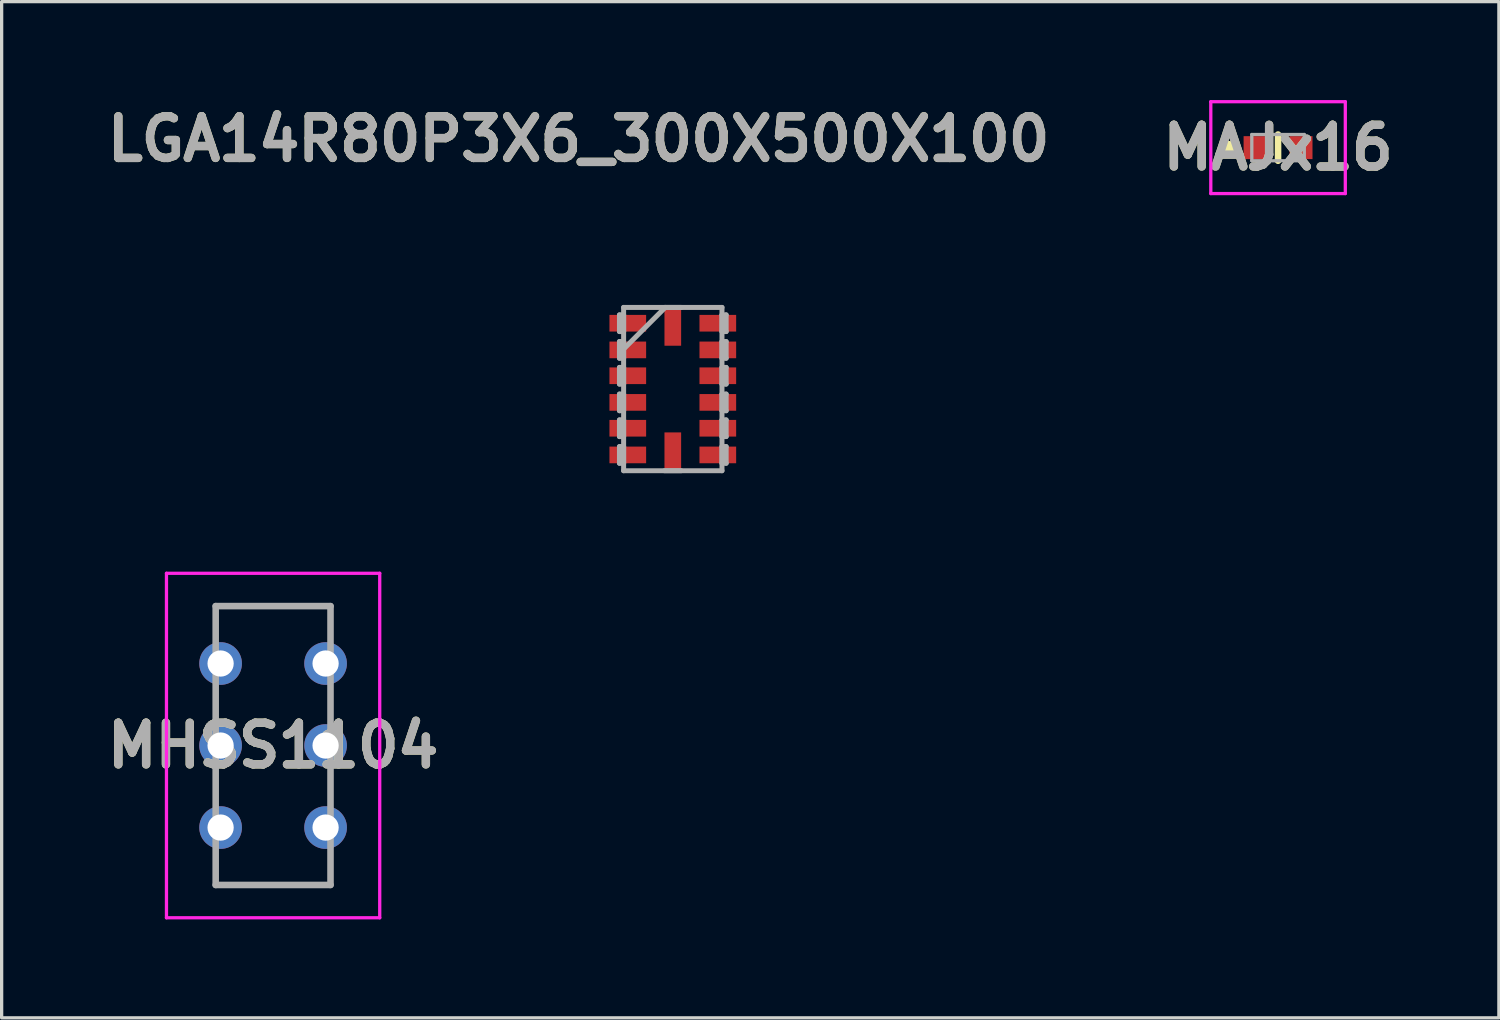
<source format=kicad_pcb>
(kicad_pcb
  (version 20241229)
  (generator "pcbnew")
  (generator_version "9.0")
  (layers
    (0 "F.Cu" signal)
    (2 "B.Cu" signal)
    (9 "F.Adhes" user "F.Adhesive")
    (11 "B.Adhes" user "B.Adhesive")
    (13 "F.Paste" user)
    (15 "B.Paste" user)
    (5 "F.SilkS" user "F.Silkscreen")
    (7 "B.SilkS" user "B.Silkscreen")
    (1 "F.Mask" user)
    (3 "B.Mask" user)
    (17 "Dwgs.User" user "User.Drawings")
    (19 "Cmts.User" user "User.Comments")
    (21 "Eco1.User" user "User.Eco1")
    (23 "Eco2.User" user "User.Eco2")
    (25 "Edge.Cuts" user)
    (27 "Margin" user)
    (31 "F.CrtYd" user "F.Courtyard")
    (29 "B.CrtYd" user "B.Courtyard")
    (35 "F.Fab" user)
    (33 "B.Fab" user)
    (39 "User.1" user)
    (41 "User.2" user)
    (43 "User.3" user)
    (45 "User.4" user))
  (footprint "MHSS1104"
    (layer "F.Cu")
    (at 3.674 22.174)
    (property "Reference" "MHSS1104" (at 1.6 -2.5 0) (layer "F.SilkS") (effects (font (size 1.27 1.27) (thickness 0.254))))
    (attr through_hole)
    (fp_line (start -0.15 -6.75) (end 3.3 -6.75) (stroke (width 0.1) (type solid)) (layer "F.SilkS"))
    (fp_line (start -0.15 1.75) (end 3.3 1.75) (stroke (width 0.1) (type solid)) (layer "F.SilkS"))
    (fp_line (start -1.65 -7.75) (end 4.85 -7.75) (stroke (width 0.1) (type solid)) (layer "F.CrtYd"))
    (fp_line (start -1.65 2.75) (end -1.65 -7.75) (stroke (width 0.1) (type solid)) (layer "F.CrtYd"))
    (fp_line (start 4.85 -7.75) (end 4.85 2.75) (stroke (width 0.1) (type solid)) (layer "F.CrtYd"))
    (fp_line (start 4.85 2.75) (end -1.65 2.75) (stroke (width 0.1) (type solid)) (layer "F.CrtYd"))
    (fp_line (start -0.15 -6.75) (end 3.35 -6.75) (stroke (width 0.2) (type solid)) (layer "F.Fab"))
    (fp_line (start -0.15 1.75) (end -0.15 -6.75) (stroke (width 0.2) (type solid)) (layer "F.Fab"))
    (fp_line (start 3.35 -6.75) (end 3.35 1.75) (stroke (width 0.2) (type solid)) (layer "F.Fab"))
    (fp_line (start 3.35 1.75) (end -0.15 1.75) (stroke (width 0.2) (type solid)) (layer "F.Fab"))
    (fp_text user "${REFERENCE}" (at 1.6 -2.5 0) (layer "F.Fab") (effects (font (size 1.27 1.27) (thickness 0.254))))
    (pad "A1" thru_hole circle (at 0 -5) (size 1.3 1.3) (drill 0.8) (layers "*.Cu" "*.Mask"))
    (pad "A2" thru_hole circle (at 0 -2.5) (size 1.3 1.3) (drill 0.8) (layers "*.Cu" "*.Mask"))
    (pad "A3" thru_hole circle (at 0 0) (size 1.3 1.3) (drill 0.8) (layers "*.Cu" "*.Mask"))
    (pad "B1" thru_hole circle (at 3.2 -5) (size 1.3 1.3) (drill 0.8) (layers "*.Cu" "*.Mask"))
    (pad "B2" thru_hole circle (at 3.2 -2.5) (size 1.3 1.3) (drill 0.8) (layers "*.Cu" "*.Mask"))
    (pad "B3" thru_hole circle (at 3.2 0) (size 1.3 1.3) (drill 0.8) (layers "*.Cu" "*.Mask")))
  (footprint "MAJx16"
    (layer "F.Cu")
    (at 35.905 1.45)
    (property "Reference" "MAJx16" (at 0 0 0) (layer "F.SilkS") (effects (font (size 1.27 1.27) (thickness 0.254))))
    (attr smd)
    (fp_line (start -1.5 -0.1) (end -1.5 -0.1) (stroke (width 0.2) (type solid)) (layer "F.SilkS"))
    (fp_line (start -1.5 0.1) (end -1.5 0.1) (stroke (width 0.2) (type solid)) (layer "F.SilkS"))
    (fp_line (start 0 -0.4) (end 0 0.4) (stroke (width 0.2) (type solid)) (layer "F.SilkS"))
    (fp_arc (start -1.5 -0.1) (mid -1.4 0) (end -1.5 0.1) (stroke (width 0.2) (type solid)) (layer "F.SilkS"))
    (fp_arc (start -1.5 0.1) (mid -1.6 0) (end -1.5 -0.1) (stroke (width 0.2) (type solid)) (layer "F.SilkS"))
    (fp_line (start -2.05 -1.4) (end 2.05 -1.4) (stroke (width 0.1) (type solid)) (layer "F.CrtYd"))
    (fp_line (start -2.05 1.4) (end -2.05 -1.4) (stroke (width 0.1) (type solid)) (layer "F.CrtYd"))
    (fp_line (start 2.05 -1.4) (end 2.05 1.4) (stroke (width 0.1) (type solid)) (layer "F.CrtYd"))
    (fp_line (start 2.05 1.4) (end -2.05 1.4) (stroke (width 0.1) (type solid)) (layer "F.CrtYd"))
    (fp_line (start -0.8 -0.4) (end 0.8 -0.4) (stroke (width 0.1) (type solid)) (layer "F.Fab"))
    (fp_line (start -0.8 0.4) (end -0.8 -0.4) (stroke (width 0.1) (type solid)) (layer "F.Fab"))
    (fp_line (start 0.8 -0.4) (end 0.8 0.4) (stroke (width 0.1) (type solid)) (layer "F.Fab"))
    (fp_line (start 0.8 0.4) (end -0.8 0.4) (stroke (width 0.1) (type solid)) (layer "F.Fab"))
    (fp_text user "${REFERENCE}" (at 0 0 0) (layer "F.Fab") (effects (font (size 1.27 1.27) (thickness 0.254))))
    (pad "1" smd rect (at -0.7 0) (size 0.7 0.7) (layers "F.Cu" "F.Mask" "F.Paste"))
    (pad "2" smd rect (at 0.7 0) (size 0.7 0.7) (layers "F.Cu" "F.Mask" "F.Paste")))
  (footprint "LGA14R80P3X6_300X500X100"
    (layer "F.Cu")
    (at 17.457 8.809)
    (property "Reference" "LGA14R80P3X6_300X500X100" (at -2.87 -7.62 0) (layer "F.SilkS") (effects (font (size 1.27 1.27) (thickness 0.254))))
    (attr smd)
    (fp_line (start -1.626 -2.261) (end -1.626 -1.753) (stroke (width 0.152) (type solid)) (layer "F.Fab"))
    (fp_line (start -1.626 -1.753) (end -1.499 -1.753) (stroke (width 0.152) (type solid)) (layer "F.Fab"))
    (fp_line (start -1.626 -1.448) (end -1.626 -0.94) (stroke (width 0.152) (type solid)) (layer "F.Fab"))
    (fp_line (start -1.626 -0.94) (end -1.499 -0.94) (stroke (width 0.152) (type solid)) (layer "F.Fab"))
    (fp_line (start -1.626 -0.66) (end -1.626 -0.152) (stroke (width 0.152) (type solid)) (layer "F.Fab"))
    (fp_line (start -1.626 -0.152) (end -1.499 -0.152) (stroke (width 0.152) (type solid)) (layer "F.Fab"))
    (fp_line (start -1.626 0.152) (end -1.626 0.66) (stroke (width 0.152) (type solid)) (layer "F.Fab"))
    (fp_line (start -1.626 0.66) (end -1.499 0.66) (stroke (width 0.152) (type solid)) (layer "F.Fab"))
    (fp_line (start -1.626 0.94) (end -1.626 1.448) (stroke (width 0.152) (type solid)) (layer "F.Fab"))
    (fp_line (start -1.626 1.448) (end -1.499 1.448) (stroke (width 0.152) (type solid)) (layer "F.Fab"))
    (fp_line (start -1.626 1.753) (end -1.626 2.261) (stroke (width 0.152) (type solid)) (layer "F.Fab"))
    (fp_line (start -1.626 2.261) (end -1.499 2.261) (stroke (width 0.152) (type solid)) (layer "F.Fab"))
    (fp_line (start -1.499 -2.489) (end -1.499 2.489) (stroke (width 0.152) (type solid)) (layer "F.Fab"))
    (fp_line (start -1.499 -2.261) (end -1.626 -2.261) (stroke (width 0.152) (type solid)) (layer "F.Fab"))
    (fp_line (start -1.499 -1.753) (end -1.499 -2.261) (stroke (width 0.152) (type solid)) (layer "F.Fab"))
    (fp_line (start -1.499 -1.448) (end -1.626 -1.448) (stroke (width 0.152) (type solid)) (layer "F.Fab"))
    (fp_line (start -1.499 -1.219) (end -0.229 -2.489) (stroke (width 0.152) (type solid)) (layer "F.Fab"))
    (fp_line (start -1.499 -0.94) (end -1.499 -1.448) (stroke (width 0.152) (type solid)) (layer "F.Fab"))
    (fp_line (start -1.499 -0.66) (end -1.626 -0.66) (stroke (width 0.152) (type solid)) (layer "F.Fab"))
    (fp_line (start -1.499 -0.152) (end -1.499 -0.66) (stroke (width 0.152) (type solid)) (layer "F.Fab"))
    (fp_line (start -1.499 0.152) (end -1.626 0.152) (stroke (width 0.152) (type solid)) (layer "F.Fab"))
    (fp_line (start -1.499 0.66) (end -1.499 0.152) (stroke (width 0.152) (type solid)) (layer "F.Fab"))
    (fp_line (start -1.499 0.94) (end -1.626 0.94) (stroke (width 0.152) (type solid)) (layer "F.Fab"))
    (fp_line (start -1.499 1.448) (end -1.499 0.94) (stroke (width 0.152) (type solid)) (layer "F.Fab"))
    (fp_line (start -1.499 1.753) (end -1.626 1.753) (stroke (width 0.152) (type solid)) (layer "F.Fab"))
    (fp_line (start -1.499 2.261) (end -1.499 1.753) (stroke (width 0.152) (type solid)) (layer "F.Fab"))
    (fp_line (start -1.499 2.489) (end 1.499 2.489) (stroke (width 0.152) (type solid)) (layer "F.Fab"))
    (fp_line (start -0.254 2.489) (end 0.254 2.489) (stroke (width 0.152) (type solid)) (layer "F.Fab"))
    (fp_line (start 0.254 -2.489) (end -0.254 -2.489) (stroke (width 0.152) (type solid)) (layer "F.Fab"))
    (fp_line (start 1.499 -2.489) (end -1.499 -2.489) (stroke (width 0.152) (type solid)) (layer "F.Fab"))
    (fp_line (start 1.499 -2.261) (end 1.499 -1.753) (stroke (width 0.152) (type solid)) (layer "F.Fab"))
    (fp_line (start 1.499 -1.753) (end 1.626 -1.753) (stroke (width 0.152) (type solid)) (layer "F.Fab"))
    (fp_line (start 1.499 -1.448) (end 1.499 -0.94) (stroke (width 0.152) (type solid)) (layer "F.Fab"))
    (fp_line (start 1.499 -0.94) (end 1.626 -0.94) (stroke (width 0.152) (type solid)) (layer "F.Fab"))
    (fp_line (start 1.499 -0.66) (end 1.499 -0.152) (stroke (width 0.152) (type solid)) (layer "F.Fab"))
    (fp_line (start 1.499 -0.152) (end 1.626 -0.152) (stroke (width 0.152) (type solid)) (layer "F.Fab"))
    (fp_line (start 1.499 0.152) (end 1.499 0.66) (stroke (width 0.152) (type solid)) (layer "F.Fab"))
    (fp_line (start 1.499 0.66) (end 1.626 0.66) (stroke (width 0.152) (type solid)) (layer "F.Fab"))
    (fp_line (start 1.499 0.94) (end 1.499 1.448) (stroke (width 0.152) (type solid)) (layer "F.Fab"))
    (fp_line (start 1.499 1.448) (end 1.626 1.448) (stroke (width 0.152) (type solid)) (layer "F.Fab"))
    (fp_line (start 1.499 1.753) (end 1.499 2.261) (stroke (width 0.152) (type solid)) (layer "F.Fab"))
    (fp_line (start 1.499 2.261) (end 1.626 2.261) (stroke (width 0.152) (type solid)) (layer "F.Fab"))
    (fp_line (start 1.499 2.489) (end 1.499 -2.489) (stroke (width 0.152) (type solid)) (layer "F.Fab"))
    (fp_line (start 1.626 -2.261) (end 1.499 -2.261) (stroke (width 0.152) (type solid)) (layer "F.Fab"))
    (fp_line (start 1.626 -1.753) (end 1.626 -2.261) (stroke (width 0.152) (type solid)) (layer "F.Fab"))
    (fp_line (start 1.626 -1.448) (end 1.499 -1.448) (stroke (width 0.152) (type solid)) (layer "F.Fab"))
    (fp_line (start 1.626 -0.94) (end 1.626 -1.448) (stroke (width 0.152) (type solid)) (layer "F.Fab"))
    (fp_line (start 1.626 -0.66) (end 1.499 -0.66) (stroke (width 0.152) (type solid)) (layer "F.Fab"))
    (fp_line (start 1.626 -0.152) (end 1.626 -0.66) (stroke (width 0.152) (type solid)) (layer "F.Fab"))
    (fp_line (start 1.626 0.152) (end 1.499 0.152) (stroke (width 0.152) (type solid)) (layer "F.Fab"))
    (fp_line (start 1.626 0.66) (end 1.626 0.152) (stroke (width 0.152) (type solid)) (layer "F.Fab"))
    (fp_line (start 1.626 0.94) (end 1.499 0.94) (stroke (width 0.152) (type solid)) (layer "F.Fab"))
    (fp_line (start 1.626 1.448) (end 1.626 0.94) (stroke (width 0.152) (type solid)) (layer "F.Fab"))
    (fp_line (start 1.626 1.753) (end 1.499 1.753) (stroke (width 0.152) (type solid)) (layer "F.Fab"))
    (fp_line (start 1.626 2.261) (end 1.626 1.753) (stroke (width 0.152) (type solid)) (layer "F.Fab"))
    (fp_text user "${REFERENCE}" (at -2.87 -7.62 0) (layer "F.Fab") (effects (font (size 1.27 1.27) (thickness 0.254))))
    (pad "1" smd rect (at -1.372 -2.007 90) (size 0.508 1.118) (layers "F.Cu" "F.Mask" "F.Paste"))
    (pad "2" smd rect (at -1.372 -1.194 90) (size 0.508 1.118) (layers "F.Cu" "F.Mask" "F.Paste"))
    (pad "3" smd rect (at -1.372 -0.406 90) (size 0.508 1.118) (layers "F.Cu" "F.Mask" "F.Paste"))
    (pad "4" smd rect (at -1.372 0.406 90) (size 0.508 1.118) (layers "F.Cu" "F.Mask" "F.Paste"))
    (pad "5" smd rect (at -1.372 1.194 90) (size 0.508 1.118) (layers "F.Cu" "F.Mask" "F.Paste"))
    (pad "6" smd rect (at -1.372 2.007 90) (size 0.508 1.118) (layers "F.Cu" "F.Mask" "F.Paste"))
    (pad "7" smd rect (at 0 1.88) (size 0.508 1.118) (layers "F.Cu" "F.Mask" "F.Paste"))
    (pad "8" smd rect (at 1.372 2.007 90) (size 0.508 1.118) (layers "F.Cu" "F.Mask" "F.Paste"))
    (pad "9" smd rect (at 1.372 1.194 90) (size 0.508 1.118) (layers "F.Cu" "F.Mask" "F.Paste"))
    (pad "10" smd rect (at 1.372 0.406 90) (size 0.508 1.118) (layers "F.Cu" "F.Mask" "F.Paste"))
    (pad "11" smd rect (at 1.372 -0.406 90) (size 0.508 1.118) (layers "F.Cu" "F.Mask" "F.Paste"))
    (pad "12" smd rect (at 1.372 -1.194 90) (size 0.508 1.118) (layers "F.Cu" "F.Mask" "F.Paste"))
    (pad "13" smd rect (at 1.372 -2.007 90) (size 0.508 1.118) (layers "F.Cu" "F.Mask" "F.Paste"))
    (pad "14" smd rect (at 0 -1.88) (size 0.508 1.118) (layers "F.Cu" "F.Mask" "F.Paste")))
  (gr_rect
    (start -3 -3)
    (end 42.636 27.974)
    (stroke (width 0.1) (type default))
    (fill no)
    (layer "Edge.Cuts")))
</source>
